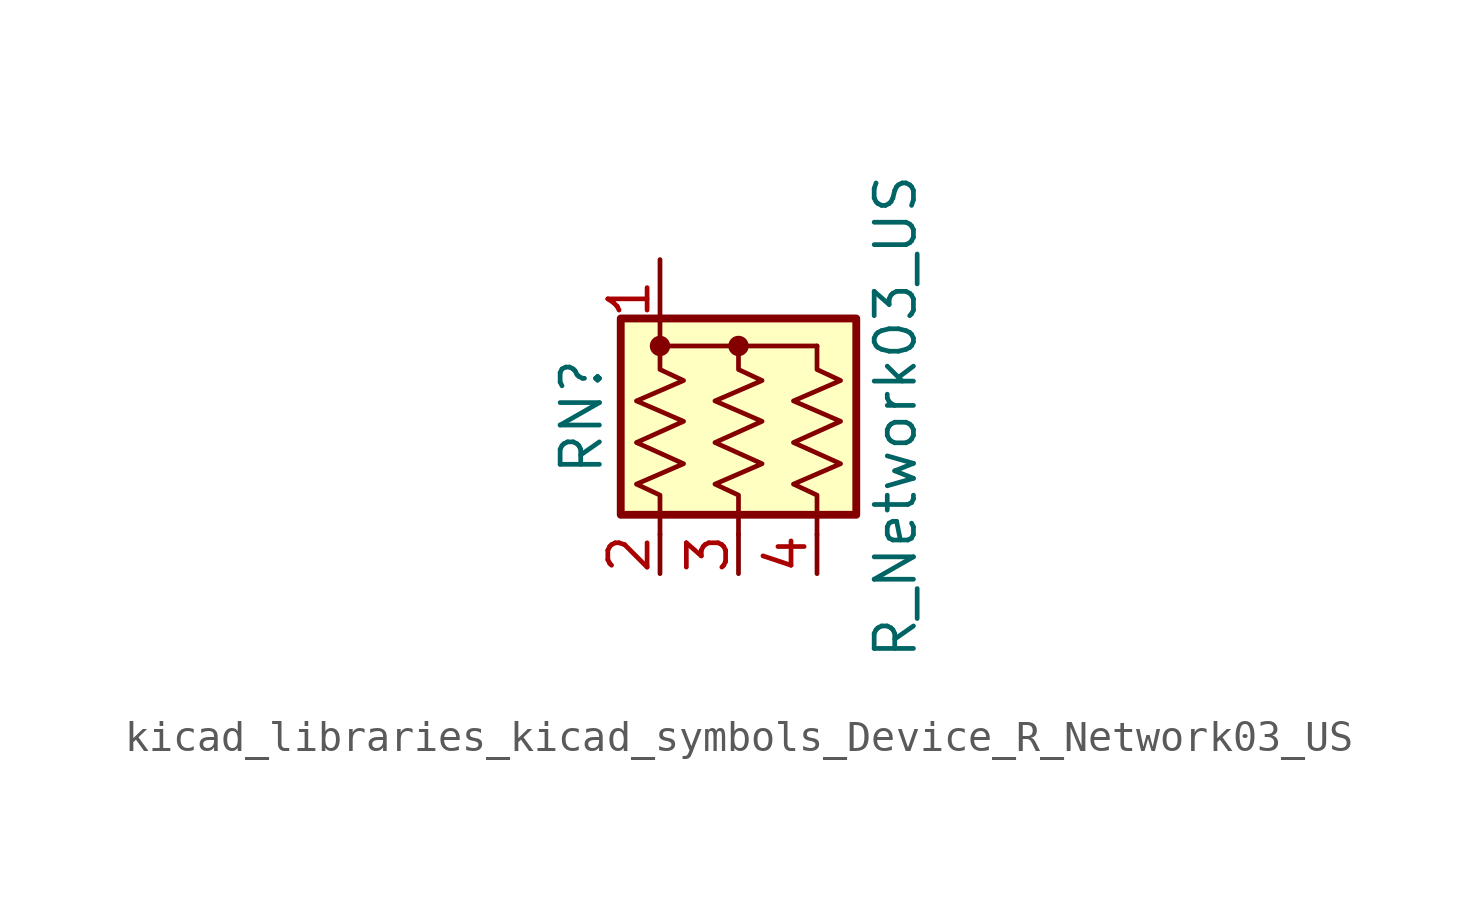
<source format=kicad_sym>
(kicad_symbol_lib
  (version 20220914)
  (generator kicad_symbol_editor)
  (symbol "kicad_libraries_kicad_symbols_Device_R_Network03_US"
    (pin_names
      (offset 0) hide)
    (property "Reference" "RN"
      (at -5.08 0 90)
      (effects (font (size 1.27 1.27))))
    (property "Value" "R_Network03_US"
      (at 5.08 0 90)
      (effects (font (size 1.27 1.27))))
    (symbol "kicad_libraries_kicad_symbols_Device_R_Network03_US_0_1"
      (rectangle (start -3.81 -3.175) (end 3.81 3.175) (stroke (width 0.254) (type default)) (fill (type background)))
      (circle (center -2.54 2.286) (radius 0.254) (stroke (width 0) (type default)) (fill (type outline)))
      (polyline (pts (xy -2.54 2.286) (xy 2.54 2.286)) (stroke (width 0) (type default)) (fill (type none)))
      (polyline (pts (xy -2.54 2.286) (xy -2.54 1.524) (xy -1.778 1.168) (xy -3.302 0.508) (xy -1.778 -0.152) (xy -3.302 -0.838) (xy -1.778 -1.524) (xy -3.302 -2.184) (xy -2.54 -2.54) (xy -2.54 -3.81)) (stroke (width 0) (type default)) (fill (type none)))
      (polyline (pts (xy 0 2.286) (xy 0 1.524) (xy 0.762 1.168) (xy -0.762 0.508) (xy 0.762 -0.152) (xy -0.762 -0.838) (xy 0.762 -1.524) (xy -0.762 -2.184) (xy 0 -2.54) (xy 0 -3.81)) (stroke (width 0) (type default)) (fill (type none)))
      (polyline (pts (xy 2.54 2.286) (xy 2.54 1.524) (xy 3.302 1.168) (xy 1.778 0.508) (xy 3.302 -0.152) (xy 1.778 -0.838) (xy 3.302 -1.524) (xy 1.778 -2.184) (xy 2.54 -2.54) (xy 2.54 -3.81)) (stroke (width 0) (type default)) (fill (type none)))
      (circle (center 0 2.286) (radius 0.254) (stroke (width 0) (type default)) (fill (type outline))))
    (symbol "kicad_libraries_kicad_symbols_Device_R_Network03_US_1_1"
      (pin passive line (at -2.54 5.08 270) (length 2.54) (name "common" (effects (font (size 1.27 1.27)))) (number "1" (effects (font (size 1.27 1.27)))))
      (pin passive line (at -2.54 -5.08 90) (length 1.27) (name "R1" (effects (font (size 1.27 1.27)))) (number "2" (effects (font (size 1.27 1.27)))))
      (pin passive line (at 0 -5.08 90) (length 1.27) (name "R2" (effects (font (size 1.27 1.27)))) (number "3" (effects (font (size 1.27 1.27)))))
      (pin passive line (at 2.54 -5.08 90) (length 1.27) (name "R3" (effects (font (size 1.27 1.27)))) (number "4" (effects (font (size 1.27 1.27))))))))
</source>
